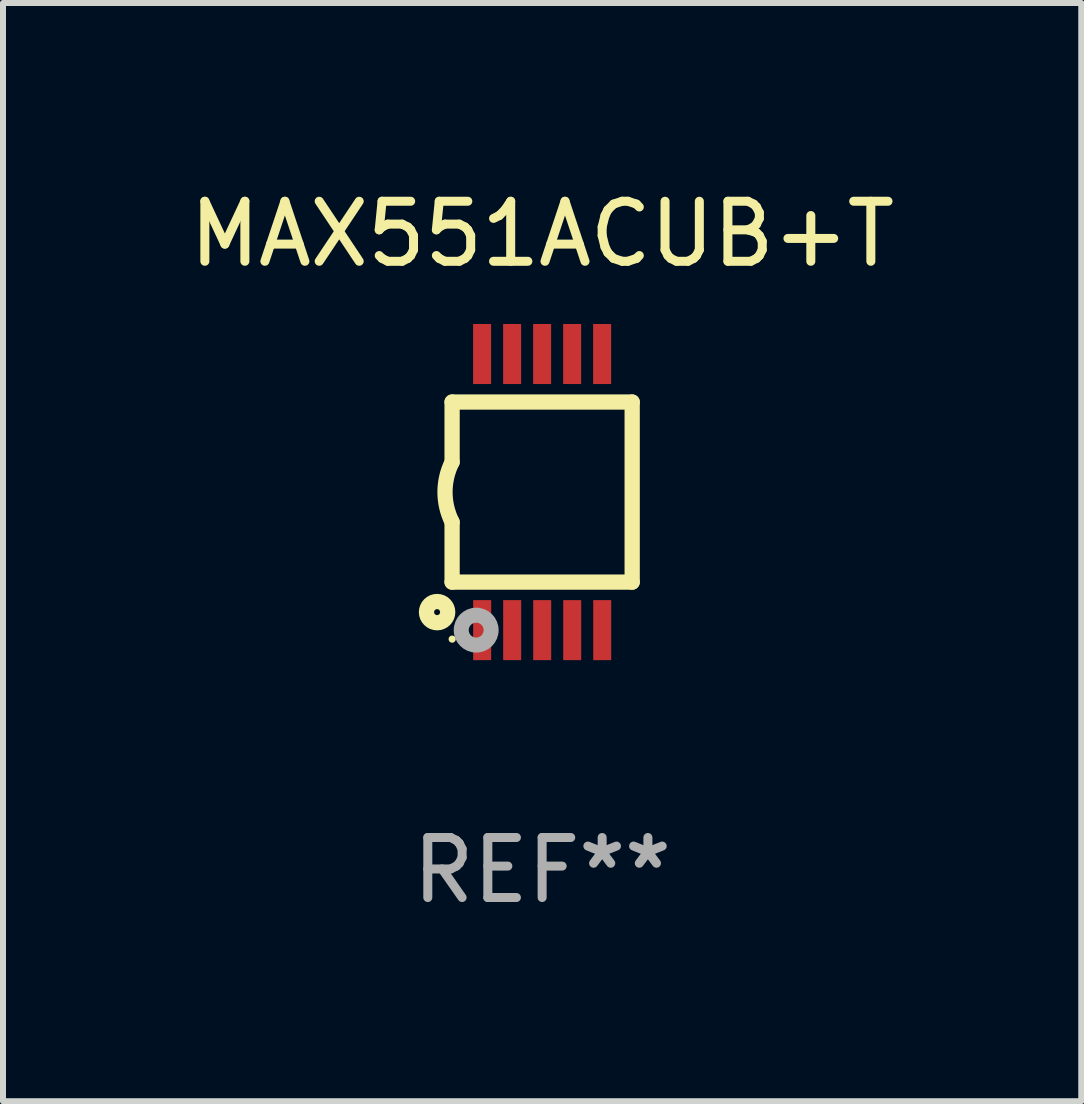
<source format=kicad_pcb>
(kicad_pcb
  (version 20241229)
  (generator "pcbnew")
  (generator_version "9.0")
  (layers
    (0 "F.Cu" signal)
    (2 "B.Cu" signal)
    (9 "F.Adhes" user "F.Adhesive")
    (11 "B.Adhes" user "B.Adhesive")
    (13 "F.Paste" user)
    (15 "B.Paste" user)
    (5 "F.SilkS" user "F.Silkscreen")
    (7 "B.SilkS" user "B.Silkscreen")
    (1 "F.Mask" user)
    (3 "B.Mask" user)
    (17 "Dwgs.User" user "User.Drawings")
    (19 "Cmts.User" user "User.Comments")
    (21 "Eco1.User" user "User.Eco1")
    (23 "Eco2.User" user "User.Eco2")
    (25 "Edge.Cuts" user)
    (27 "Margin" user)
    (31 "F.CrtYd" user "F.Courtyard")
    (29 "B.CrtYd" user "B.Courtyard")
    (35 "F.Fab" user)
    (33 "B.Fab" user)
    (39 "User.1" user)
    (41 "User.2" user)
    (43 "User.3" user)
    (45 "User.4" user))
  (footprint "MAX551ACUB+T"
    (layer "F.Cu")
    (at 5.982 5.148)
    (property "Reference" "MAX551ACUB+T" (at 0 -4.3 0) (layer "F.SilkS") (effects (font (size 1 1) (thickness 0.15))))
    (attr through_hole)
    (fp_line (start -1.5 -1.5) (end -1.5 -0.5) (stroke (width 0.254) (type solid)) (layer "F.SilkS"))
    (fp_line (start -1.5 1.5) (end -1.5 0.5) (stroke (width 0.254) (type solid)) (layer "F.SilkS"))
    (fp_line (start -1.5 1.5) (end 1.5 1.5) (stroke (width 0.254) (type solid)) (layer "F.SilkS"))
    (fp_line (start 1.5 1.5) (end 1.5 -1.5) (stroke (width 0.254) (type solid)) (layer "F.SilkS"))
    (fp_line (start 1.5 -1.5) (end -1.5 -1.5) (stroke (width 0.254) (type solid)) (layer "F.SilkS"))
    (fp_arc (start -1.500165 0.5) (mid -1.618199 0) (end -1.500165 -0.5) (stroke (width 0.254001) (type solid)) (layer "F.SilkS"))
    (fp_circle (center -1.75 2) (end -1.573 2) (stroke (width 0.254) (type solid)) (fill no) (layer "F.SilkS"))
    (fp_circle (center -1.499 2.45) (end -1.469 2.45) (stroke (width 0.06) (type solid)) (fill no) (layer "F.SilkS"))
    (fp_circle (center -1.099 2.3) (end -0.975 2.3) (stroke (width 0.25) (type solid)) (fill no) (layer "F.Fab"))
    (fp_text user "REF**" (at 0 6.3 0) (layer "F.Fab") (effects (font (size 1 1) (thickness 0.15))))
    (pad "1" smd rect (at -0.999 2.3 180) (size 0.3 1) (layers "F.Cu" "F.Mask" "F.Paste"))
    (pad "2" smd rect (at -0.499 2.3 180) (size 0.3 1) (layers "F.Cu" "F.Mask" "F.Paste"))
    (pad "3" smd rect (at 0.001 2.3 180) (size 0.3 1) (layers "F.Cu" "F.Mask" "F.Paste"))
    (pad "4" smd rect (at 0.501 2.3 180) (size 0.3 1) (layers "F.Cu" "F.Mask" "F.Paste"))
    (pad "5" smd rect (at 1.001 2.3 180) (size 0.3 1) (layers "F.Cu" "F.Mask" "F.Paste"))
    (pad "6" smd rect (at 1 -2.3 180) (size 0.3 1) (layers "F.Cu" "F.Mask" "F.Paste"))
    (pad "7" smd rect (at 0.5 -2.3 180) (size 0.3 1) (layers "F.Cu" "F.Mask" "F.Paste"))
    (pad "8" smd rect (at -0.000165 -2.3 180) (size 0.3 1) (layers "F.Cu" "F.Mask" "F.Paste"))
    (pad "9" smd rect (at -0.5 -2.3 180) (size 0.3 1) (layers "F.Cu" "F.Mask" "F.Paste"))
    (pad "10" smd rect (at -1 -2.3 180) (size 0.3 1) (layers "F.Cu" "F.Mask" "F.Paste")))
  (gr_rect
    (start -3 -3)
    (end 14.964 15.296)
    (stroke (width 0.1) (type default))
    (fill no)
    (layer "Edge.Cuts")))
</source>
